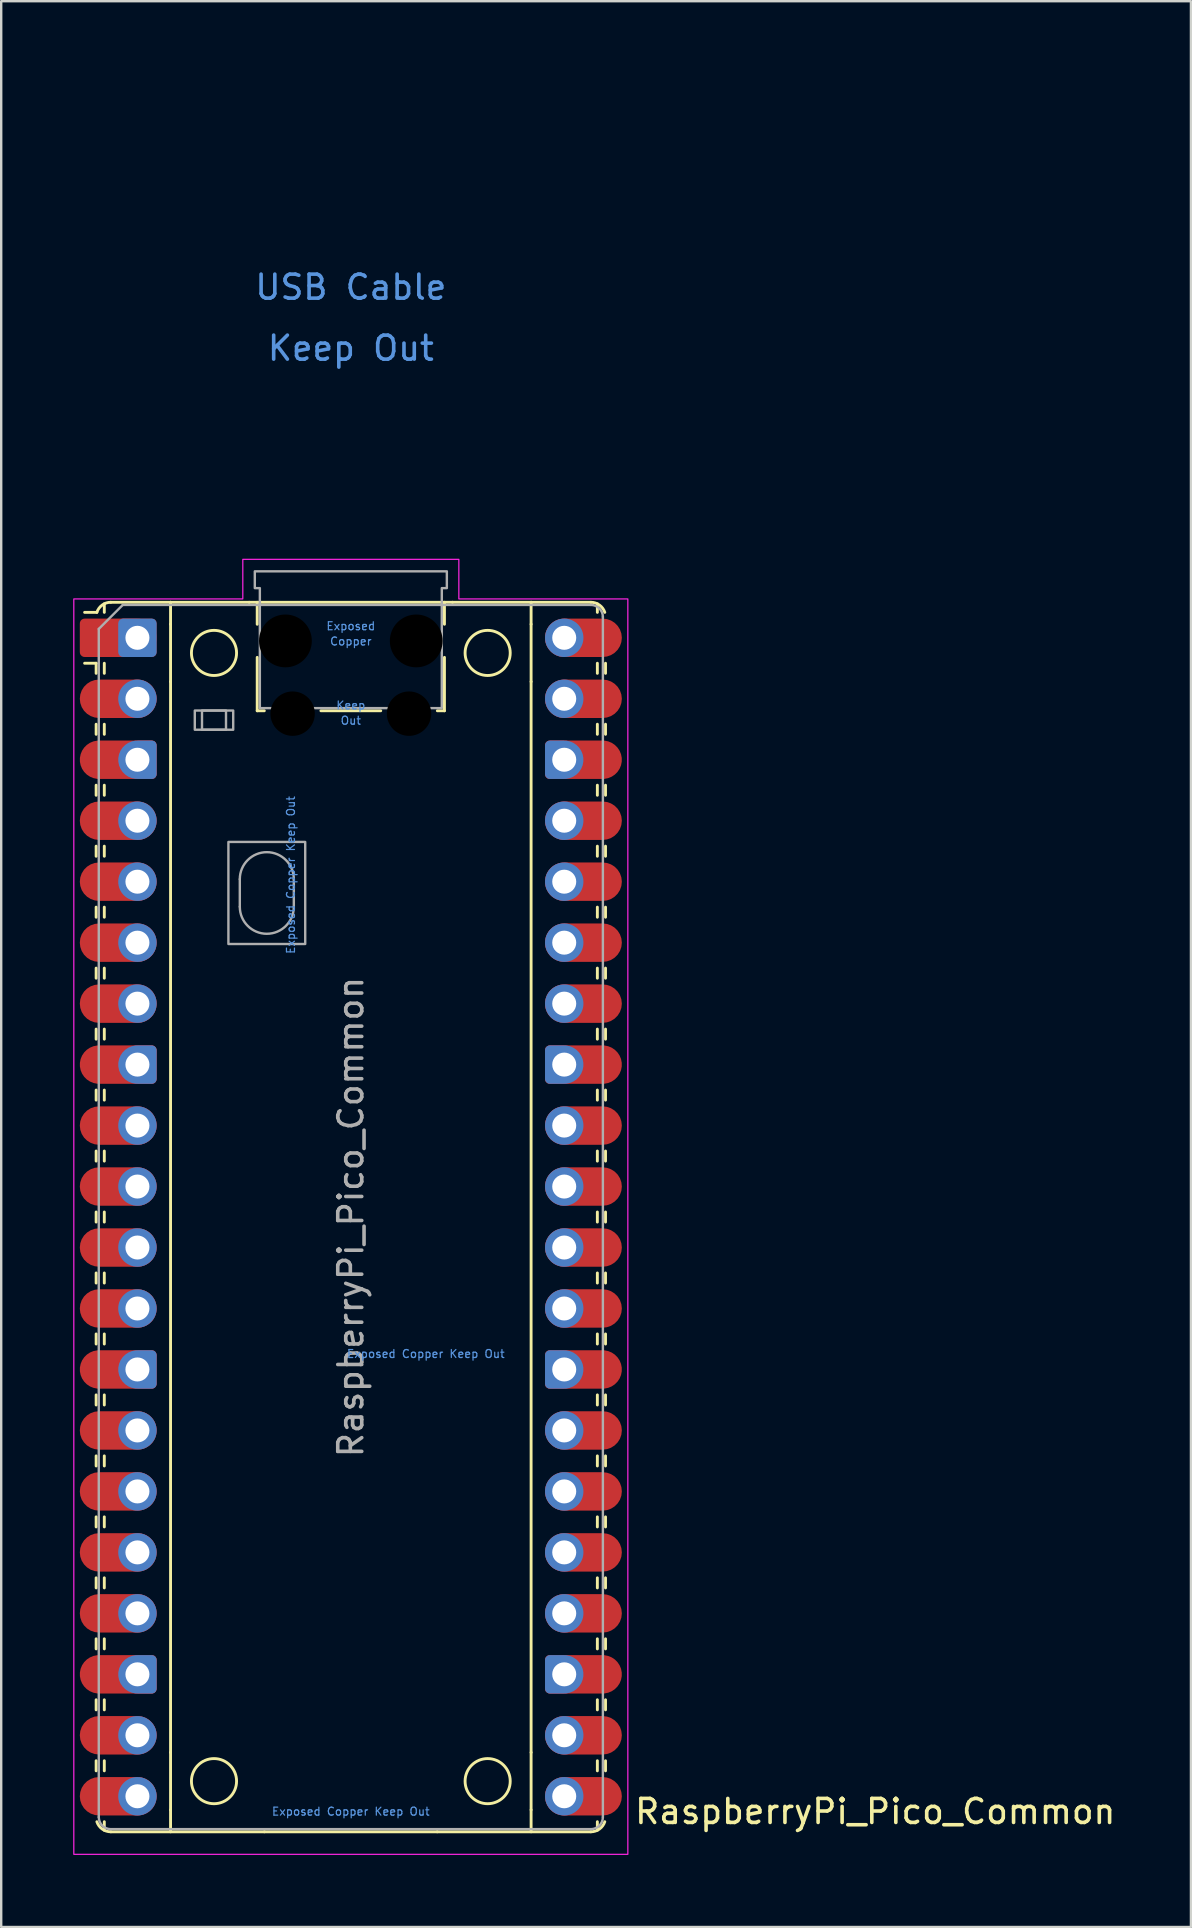
<source format=kicad_pcb>
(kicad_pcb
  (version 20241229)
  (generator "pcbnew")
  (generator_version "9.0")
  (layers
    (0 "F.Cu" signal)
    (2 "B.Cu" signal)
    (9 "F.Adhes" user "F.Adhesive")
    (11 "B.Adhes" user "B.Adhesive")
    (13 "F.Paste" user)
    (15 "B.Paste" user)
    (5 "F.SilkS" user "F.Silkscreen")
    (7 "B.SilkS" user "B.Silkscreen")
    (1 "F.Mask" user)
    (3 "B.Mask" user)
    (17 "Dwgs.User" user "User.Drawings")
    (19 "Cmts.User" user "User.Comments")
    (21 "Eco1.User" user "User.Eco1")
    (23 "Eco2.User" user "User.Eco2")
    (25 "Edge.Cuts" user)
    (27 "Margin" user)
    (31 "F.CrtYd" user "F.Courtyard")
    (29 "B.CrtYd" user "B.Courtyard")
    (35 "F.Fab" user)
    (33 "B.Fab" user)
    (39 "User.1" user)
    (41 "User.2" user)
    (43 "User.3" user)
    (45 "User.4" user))
  (footprint "RaspberryPi_Pico_Common"
    (layer "F.Cu")
    (at 11.565 47.65)
    (property "Reference" "RaspberryPi_Pico_Common" (at 11.748 24.765 0) (unlocked yes) (layer "F.SilkS") (effects (font (size 1 1) (thickness 0.15)) (justify left)))
    (attr through_hole)
    (fp_line (start -10.61 -23.07) (end -11.09 -23.07) (stroke (width 0.12) (type solid)) (layer "F.SilkS"))
    (fp_line (start -10.61 -23.07) (end -10.61 -22.65) (stroke (width 0.12) (type solid)) (layer "F.SilkS"))
    (fp_line (start -10.61 -20.53) (end -10.61 -20.11) (stroke (width 0.12) (type solid)) (layer "F.SilkS"))
    (fp_line (start -10.61 -17.99) (end -10.61 -17.57) (stroke (width 0.12) (type solid)) (layer "F.SilkS"))
    (fp_line (start -10.61 -15.45) (end -10.61 -15.03) (stroke (width 0.12) (type solid)) (layer "F.SilkS"))
    (fp_line (start -10.61 -12.91) (end -10.61 -12.49) (stroke (width 0.12) (type solid)) (layer "F.SilkS"))
    (fp_line (start -10.61 -10.37) (end -10.61 -9.95) (stroke (width 0.12) (type solid)) (layer "F.SilkS"))
    (fp_line (start -10.61 -7.83) (end -10.61 -7.41) (stroke (width 0.12) (type solid)) (layer "F.SilkS"))
    (fp_line (start -10.61 -5.29) (end -10.61 -4.87) (stroke (width 0.12) (type solid)) (layer "F.SilkS"))
    (fp_line (start -10.61 -2.75) (end -10.61 -2.33) (stroke (width 0.12) (type solid)) (layer "F.SilkS"))
    (fp_line (start -10.61 -0.21) (end -10.61 0.21) (stroke (width 0.12) (type solid)) (layer "F.SilkS"))
    (fp_line (start -10.61 2.33) (end -10.61 2.75) (stroke (width 0.12) (type solid)) (layer "F.SilkS"))
    (fp_line (start -10.61 4.87) (end -10.61 5.29) (stroke (width 0.12) (type solid)) (layer "F.SilkS"))
    (fp_line (start -10.61 7.41) (end -10.61 7.83) (stroke (width 0.12) (type solid)) (layer "F.SilkS"))
    (fp_line (start -10.61 9.95) (end -10.61 10.37) (stroke (width 0.12) (type solid)) (layer "F.SilkS"))
    (fp_line (start -10.61 12.49) (end -10.61 12.91) (stroke (width 0.12) (type solid)) (layer "F.SilkS"))
    (fp_line (start -10.61 15.03) (end -10.61 15.45) (stroke (width 0.12) (type solid)) (layer "F.SilkS"))
    (fp_line (start -10.61 17.57) (end -10.61 17.99) (stroke (width 0.12) (type solid)) (layer "F.SilkS"))
    (fp_line (start -10.61 20.11) (end -10.61 20.53) (stroke (width 0.12) (type solid)) (layer "F.SilkS"))
    (fp_line (start -10.61 22.65) (end -10.61 23.07) (stroke (width 0.12) (type solid)) (layer "F.SilkS"))
    (fp_line (start -10.58 -25.19) (end -11.09 -25.19) (stroke (width 0.12) (type solid)) (layer "F.SilkS"))
    (fp_line (start -10.27 -25.19) (end -10.27 -25.547) (stroke (width 0.12) (type solid)) (layer "F.SilkS"))
    (fp_line (start -10.27 -23.07) (end -10.27 -22.65) (stroke (width 0.12) (type solid)) (layer "F.SilkS"))
    (fp_line (start -10.27 -20.53) (end -10.27 -20.11) (stroke (width 0.12) (type solid)) (layer "F.SilkS"))
    (fp_line (start -10.27 -17.99) (end -10.27 -17.57) (stroke (width 0.12) (type solid)) (layer "F.SilkS"))
    (fp_line (start -10.27 -15.45) (end -10.27 -15.03) (stroke (width 0.12) (type solid)) (layer "F.SilkS"))
    (fp_line (start -10.27 -12.91) (end -10.27 -12.49) (stroke (width 0.12) (type solid)) (layer "F.SilkS"))
    (fp_line (start -10.27 -10.37) (end -10.27 -9.95) (stroke (width 0.12) (type solid)) (layer "F.SilkS"))
    (fp_line (start -10.27 -7.83) (end -10.27 -7.41) (stroke (width 0.12) (type solid)) (layer "F.SilkS"))
    (fp_line (start -10.27 -5.29) (end -10.27 -4.87) (stroke (width 0.12) (type solid)) (layer "F.SilkS"))
    (fp_line (start -10.27 -2.75) (end -10.27 -2.33) (stroke (width 0.12) (type solid)) (layer "F.SilkS"))
    (fp_line (start -10.27 -0.21) (end -10.27 0.21) (stroke (width 0.12) (type solid)) (layer "F.SilkS"))
    (fp_line (start -10.27 2.33) (end -10.27 2.75) (stroke (width 0.12) (type solid)) (layer "F.SilkS"))
    (fp_line (start -10.27 4.87) (end -10.27 5.29) (stroke (width 0.12) (type solid)) (layer "F.SilkS"))
    (fp_line (start -10.27 7.41) (end -10.27 7.83) (stroke (width 0.12) (type solid)) (layer "F.SilkS"))
    (fp_line (start -10.27 9.95) (end -10.27 10.37) (stroke (width 0.12) (type solid)) (layer "F.SilkS"))
    (fp_line (start -10.27 12.49) (end -10.27 12.91) (stroke (width 0.12) (type solid)) (layer "F.SilkS"))
    (fp_line (start -10.27 15.03) (end -10.27 15.45) (stroke (width 0.12) (type solid)) (layer "F.SilkS"))
    (fp_line (start -10.27 17.57) (end -10.27 17.99) (stroke (width 0.12) (type solid)) (layer "F.SilkS"))
    (fp_line (start -10.27 20.11) (end -10.27 20.53) (stroke (width 0.12) (type solid)) (layer "F.SilkS"))
    (fp_line (start -10.27 22.65) (end -10.27 23.07) (stroke (width 0.12) (type solid)) (layer "F.SilkS"))
    (fp_line (start -10.27 25.19) (end -10.27 25.547) (stroke (width 0.12) (type solid)) (layer "F.SilkS"))
    (fp_line (start -10 -25.61) (end -7.51 -25.61) (stroke (width 0.12) (type solid)) (layer "F.SilkS"))
    (fp_line (start -10 25.61) (end -3.6 25.61) (stroke (width 0.12) (type solid)) (layer "F.SilkS"))
    (fp_line (start -7.51 -25.61) (end -7.51 -24.696) (stroke (width 0.12) (type solid)) (layer "F.SilkS"))
    (fp_line (start -7.51 -25.61) (end -4.235 -25.61) (stroke (width 0.12) (type solid)) (layer "F.SilkS"))
    (fp_line (start -7.51 -24.696) (end -7.51 -22.304) (stroke (width 0.12) (type solid)) (layer "F.SilkS"))
    (fp_line (start -7.51 -22.304) (end -7.51 22.304) (stroke (width 0.12) (type solid)) (layer "F.SilkS"))
    (fp_line (start -7.51 22.304) (end -7.51 24.696) (stroke (width 0.12) (type solid)) (layer "F.SilkS"))
    (fp_line (start -7.51 24.696) (end -7.51 25.61) (stroke (width 0.12) (type solid)) (layer "F.SilkS"))
    (fp_line (start -4.235 -25.61) (end 4.235 -25.61) (stroke (width 0.12) (type solid)) (layer "F.SilkS"))
    (fp_line (start -3.9 -25.61) (end -3.9 -24.694) (stroke (width 0.12) (type solid)) (layer "F.SilkS"))
    (fp_line (start -3.9 -23.315) (end -3.9 -21.09) (stroke (width 0.12) (type solid)) (layer "F.SilkS"))
    (fp_line (start -3.9 -21.09) (end -3.604 -21.09) (stroke (width 0.12) (type solid)) (layer "F.SilkS"))
    (fp_line (start -1.246 -21.09) (end 1.246 -21.09) (stroke (width 0.12) (type solid)) (layer "F.SilkS"))
    (fp_line (start 3.6 25.61) (end -3.6 25.61) (stroke (width 0.12) (type solid)) (layer "F.SilkS"))
    (fp_line (start 3.6 25.61) (end 10 25.61) (stroke (width 0.12) (type solid)) (layer "F.SilkS"))
    (fp_line (start 3.604 -21.09) (end 3.9 -21.09) (stroke (width 0.12) (type solid)) (layer "F.SilkS"))
    (fp_line (start 3.9 -25.61) (end 3.9 -24.694) (stroke (width 0.12) (type solid)) (layer "F.SilkS"))
    (fp_line (start 3.9 -23.315) (end 3.9 -21.09) (stroke (width 0.12) (type solid)) (layer "F.SilkS"))
    (fp_line (start 4.235 -25.61) (end 7.51 -25.61) (stroke (width 0.12) (type solid)) (layer "F.SilkS"))
    (fp_line (start 7.51 -25.61) (end 7.51 -24.696) (stroke (width 0.12) (type solid)) (layer "F.SilkS"))
    (fp_line (start 7.51 -24.696) (end 7.51 -22.304) (stroke (width 0.12) (type solid)) (layer "F.SilkS"))
    (fp_line (start 7.51 -22.304) (end 7.51 22.304) (stroke (width 0.12) (type solid)) (layer "F.SilkS"))
    (fp_line (start 7.51 22.304) (end 7.51 24.696) (stroke (width 0.12) (type solid)) (layer "F.SilkS"))
    (fp_line (start 7.51 24.696) (end 7.51 25.61) (stroke (width 0.12) (type solid)) (layer "F.SilkS"))
    (fp_line (start 10 -25.61) (end 7.51 -25.61) (stroke (width 0.12) (type solid)) (layer "F.SilkS"))
    (fp_line (start 10.27 -25.19) (end 10.27 -25.547) (stroke (width 0.12) (type solid)) (layer "F.SilkS"))
    (fp_line (start 10.27 -23.07) (end 10.27 -22.65) (stroke (width 0.12) (type solid)) (layer "F.SilkS"))
    (fp_line (start 10.27 -20.53) (end 10.27 -20.11) (stroke (width 0.12) (type solid)) (layer "F.SilkS"))
    (fp_line (start 10.27 -17.99) (end 10.27 -17.57) (stroke (width 0.12) (type solid)) (layer "F.SilkS"))
    (fp_line (start 10.27 -15.45) (end 10.27 -15.03) (stroke (width 0.12) (type solid)) (layer "F.SilkS"))
    (fp_line (start 10.27 -12.91) (end 10.27 -12.49) (stroke (width 0.12) (type solid)) (layer "F.SilkS"))
    (fp_line (start 10.27 -10.37) (end 10.27 -9.95) (stroke (width 0.12) (type solid)) (layer "F.SilkS"))
    (fp_line (start 10.27 -7.83) (end 10.27 -7.41) (stroke (width 0.12) (type solid)) (layer "F.SilkS"))
    (fp_line (start 10.27 -5.29) (end 10.27 -4.87) (stroke (width 0.12) (type solid)) (layer "F.SilkS"))
    (fp_line (start 10.27 -2.75) (end 10.27 -2.33) (stroke (width 0.12) (type solid)) (layer "F.SilkS"))
    (fp_line (start 10.27 -0.21) (end 10.27 0.21) (stroke (width 0.12) (type solid)) (layer "F.SilkS"))
    (fp_line (start 10.27 2.33) (end 10.27 2.75) (stroke (width 0.12) (type solid)) (layer "F.SilkS"))
    (fp_line (start 10.27 4.87) (end 10.27 5.29) (stroke (width 0.12) (type solid)) (layer "F.SilkS"))
    (fp_line (start 10.27 7.41) (end 10.27 7.83) (stroke (width 0.12) (type solid)) (layer "F.SilkS"))
    (fp_line (start 10.27 9.95) (end 10.27 10.37) (stroke (width 0.12) (type solid)) (layer "F.SilkS"))
    (fp_line (start 10.27 12.49) (end 10.27 12.91) (stroke (width 0.12) (type solid)) (layer "F.SilkS"))
    (fp_line (start 10.27 15.03) (end 10.27 15.45) (stroke (width 0.12) (type solid)) (layer "F.SilkS"))
    (fp_line (start 10.27 17.57) (end 10.27 17.99) (stroke (width 0.12) (type solid)) (layer "F.SilkS"))
    (fp_line (start 10.27 20.11) (end 10.27 20.53) (stroke (width 0.12) (type solid)) (layer "F.SilkS"))
    (fp_line (start 10.27 22.65) (end 10.27 23.07) (stroke (width 0.12) (type solid)) (layer "F.SilkS"))
    (fp_line (start 10.27 25.19) (end 10.27 25.547) (stroke (width 0.12) (type solid)) (layer "F.SilkS"))
    (fp_line (start 10.61 -23.07) (end 10.61 -22.65) (stroke (width 0.12) (type solid)) (layer "F.SilkS"))
    (fp_line (start 10.61 -20.53) (end 10.61 -20.11) (stroke (width 0.12) (type solid)) (layer "F.SilkS"))
    (fp_line (start 10.61 -17.99) (end 10.61 -17.57) (stroke (width 0.12) (type solid)) (layer "F.SilkS"))
    (fp_line (start 10.61 -15.45) (end 10.61 -15.03) (stroke (width 0.12) (type solid)) (layer "F.SilkS"))
    (fp_line (start 10.61 -12.91) (end 10.61 -12.49) (stroke (width 0.12) (type solid)) (layer "F.SilkS"))
    (fp_line (start 10.61 -10.37) (end 10.61 -9.95) (stroke (width 0.12) (type solid)) (layer "F.SilkS"))
    (fp_line (start 10.61 -7.83) (end 10.61 -7.41) (stroke (width 0.12) (type solid)) (layer "F.SilkS"))
    (fp_line (start 10.61 -5.29) (end 10.61 -4.87) (stroke (width 0.12) (type solid)) (layer "F.SilkS"))
    (fp_line (start 10.61 -2.75) (end 10.61 -2.33) (stroke (width 0.12) (type solid)) (layer "F.SilkS"))
    (fp_line (start 10.61 -0.21) (end 10.61 0.21) (stroke (width 0.12) (type solid)) (layer "F.SilkS"))
    (fp_line (start 10.61 2.33) (end 10.61 2.75) (stroke (width 0.12) (type solid)) (layer "F.SilkS"))
    (fp_line (start 10.61 4.87) (end 10.61 5.29) (stroke (width 0.12) (type solid)) (layer "F.SilkS"))
    (fp_line (start 10.61 7.41) (end 10.61 7.83) (stroke (width 0.12) (type solid)) (layer "F.SilkS"))
    (fp_line (start 10.61 9.95) (end 10.61 10.37) (stroke (width 0.12) (type solid)) (layer "F.SilkS"))
    (fp_line (start 10.61 12.49) (end 10.61 12.91) (stroke (width 0.12) (type solid)) (layer "F.SilkS"))
    (fp_line (start 10.61 15.03) (end 10.61 15.45) (stroke (width 0.12) (type solid)) (layer "F.SilkS"))
    (fp_line (start 10.61 17.57) (end 10.61 17.99) (stroke (width 0.12) (type solid)) (layer "F.SilkS"))
    (fp_line (start 10.61 20.11) (end 10.61 20.53) (stroke (width 0.12) (type solid)) (layer "F.SilkS"))
    (fp_line (start 10.61 22.65) (end 10.61 23.07) (stroke (width 0.12) (type solid)) (layer "F.SilkS"))
    (fp_arc (start -10.579676 -25.19) (mid -10.357938 -25.493944) (end -10 -25.61) (stroke (width 0.12) (type solid)) (layer "F.SilkS"))
    (fp_arc (start -10 25.61) (mid -10.357937 25.493944) (end -10.579676 25.189937) (stroke (width 0.12) (type solid)) (layer "F.SilkS"))
    (fp_arc (start 10 -25.61) (mid 10.357937 -25.493944) (end 10.579676 -25.189937) (stroke (width 0.12) (type solid)) (layer "F.SilkS"))
    (fp_arc (start 10.579676 25.189937) (mid 10.357947 25.493958) (end 10 25.61) (stroke (width 0.12) (type solid)) (layer "F.SilkS"))
    (fp_circle (center -5.7 -23.5) (end -4.76 -23.5) (stroke (width 0.12) (type solid)) (fill no) (layer "F.SilkS"))
    (fp_circle (center -5.7 23.5) (end -4.76 23.5) (stroke (width 0.12) (type solid)) (fill no) (layer "F.SilkS"))
    (fp_circle (center 5.7 -23.5) (end 6.64 -23.5) (stroke (width 0.12) (type solid)) (fill no) (layer "F.SilkS"))
    (fp_circle (center 5.7 23.5) (end 6.64 23.5) (stroke (width 0.12) (type solid)) (fill no) (layer "F.SilkS"))
    (fp_poly (pts (xy -4.5 -27.4) (xy 4.5 -27.4) (xy 4.5 -25.75) (xy 11.54 -25.75) (xy 11.54 26.55) (xy -11.54 26.55) (xy -11.54 -25.75) (xy -4.5 -25.75)) (stroke (width 0.05) (type solid)) (fill no) (layer "F.CrtYd"))
    (fp_line (start -10.5 -24.5) (end -9.5 -25.5) (stroke (width 0.1) (type solid)) (layer "F.Fab"))
    (fp_line (start -10.5 25) (end -10.5 -24.5) (stroke (width 0.1) (type solid)) (layer "F.Fab"))
    (fp_line (start -9.5 -25.5) (end 10 -25.5) (stroke (width 0.1) (type solid)) (layer "F.Fab"))
    (fp_line (start -4.625 -14.075) (end -4.625 -12.925) (stroke (width 0.1) (type solid)) (layer "F.Fab"))
    (fp_line (start -2.375 -14.075) (end -2.375 -12.925) (stroke (width 0.1) (type solid)) (layer "F.Fab"))
    (fp_line (start 10 25.5) (end -10 25.5) (stroke (width 0.1) (type solid)) (layer "F.Fab"))
    (fp_line (start 10.5 -25) (end 10.5 25) (stroke (width 0.1) (type solid)) (layer "F.Fab"))
    (fp_rect (start -6.5 -21.1) (end -4.9 -20.3) (stroke (width 0.1) (type solid)) (fill no) (layer "F.Fab"))
    (fp_rect (start -6.2 -21.1) (end -5.2 -20.3) (stroke (width 0.1) (type solid)) (fill no) (layer "F.Fab"))
    (fp_rect (start -5.1 -15.625) (end -1.9 -11.375) (stroke (width 0.1) (type solid)) (fill no) (layer "F.Fab"))
    (fp_arc (start -10 25.5) (mid -10.353553 25.353553) (end -10.5 25) (stroke (width 0.1) (type solid)) (layer "F.Fab"))
    (fp_arc (start -4.625 -14.075) (mid -3.5 -15.2) (end -2.375 -14.075) (stroke (width 0.1) (type solid)) (layer "F.Fab"))
    (fp_arc (start -2.375 -12.925) (mid -3.5 -11.8) (end -4.625 -12.925) (stroke (width 0.1) (type solid)) (layer "F.Fab"))
    (fp_arc (start 10 -25.5) (mid 10.353553 -25.353553) (end 10.5 -25) (stroke (width 0.1) (type solid)) (layer "F.Fab"))
    (fp_arc (start 10.5 25) (mid 10.353553 25.353553) (end 10 25.5) (stroke (width 0.1) (type solid)) (layer "F.Fab"))
    (fp_poly (pts (xy 3.79 -21.2) (xy 3.79 -26.2) (xy 4 -26.2) (xy 4 -26.9) (xy -4 -26.9) (xy -4 -26.2) (xy -3.79 -26.2) (xy -3.79 -21.2)) (stroke (width 0.1) (type solid)) (fill no) (layer "F.Fab"))
    (fp_text user "Out" (at 0 -20.683 0) (unlocked yes) (layer "Cmts.User") (effects (font (size 0.333 0.333) (thickness 0.05))))
    (fp_text user "Exposed Copper Keep Out" (at 0 24.765 0) (unlocked yes) (layer "Cmts.User") (effects (font (size 0.333 0.333) (thickness 0.05))))
    (fp_text user "Exposed Copper Keep Out" (at -2.5 -14.25 90) (unlocked yes) (layer "Cmts.User") (effects (font (size 0.333 0.333) (thickness 0.05))))
    (fp_text user "Copper" (at 0 -23.983 0) (unlocked yes) (layer "Cmts.User") (effects (font (size 0.333 0.333) (thickness 0.05))))
    (fp_text user "USB Cable" (at 0 -38.735 0) (unlocked yes) (layer "Cmts.User") (effects (font (size 1 1) (thickness 0.15))))
    (fp_text user "Keep Out" (at 0 -36.195 0) (unlocked yes) (layer "Cmts.User") (effects (font (size 1 1) (thickness 0.15))))
    (fp_text user "Exposed Copper Keep Out" (at 3.124 5.7 0) (unlocked yes) (layer "Cmts.User") (effects (font (size 0.333 0.333) (thickness 0.05))))
    (fp_text user "Keep" (at 0 -21.317 0) (unlocked yes) (layer "Cmts.User") (effects (font (size 0.333 0.333) (thickness 0.05))))
    (fp_text user "Exposed" (at 0 -24.617 0) (unlocked yes) (layer "Cmts.User") (effects (font (size 0.333 0.333) (thickness 0.05))))
    (fp_text user "${REFERENCE}" (at 0 0 90) (layer "F.Fab") (effects (font (size 1 1) (thickness 0.15))))
    (pad "" np_thru_hole circle (at -2.725 -24) (size 2.2 2.2) (drill 2.2) (layers "*.Mask"))
    (pad "" np_thru_hole circle (at -2.425 -20.97) (size 1.85 1.85) (drill 1.85) (layers "*.Mask"))
    (pad "" np_thru_hole circle (at 2.425 -20.97) (size 1.85 1.85) (drill 1.85) (layers "*.Mask"))
    (pad "" np_thru_hole circle (at 2.725 -24) (size 2.2 2.2) (drill 2.2) (layers "*.Mask"))
    (pad "1" thru_hole roundrect (at -8.89 -24.13) (size 1.6 1.6) (drill 1) (layers "*.Cu" "*.Mask") (roundrect_rratio 0.125))
    (pad "1" smd custom (at -8.89 -24.13) (size 1.6 1.6) (layers "F.Cu" "F.Mask") (options (anchor circle)) (primitives (gr_poly (pts (xy -2.4 0.6) (xy -2.4 -0.6) (xy -2.2 -0.8) (xy 0 -0.8) (xy 0 0.8) (xy -2.2 0.8)) (width 0) (fill yes)) (gr_circle (center -2.2 0.6) (end -2 0.6) (width 0) (fill yes)) (gr_circle (center -2.2 -0.6) (end -2 -0.6) (width 0) (fill yes))))
    (pad "2" thru_hole circle (at -8.89 -21.59) (size 1.6 1.6) (drill 1) (layers "*.Cu" "*.Mask"))
    (pad "2" smd roundrect (at -8.89 -21.59) (size 3.2 1.6) (drill (offset -0.8 0)) (layers "F.Cu" "F.Mask") (roundrect_rratio 0.5))
    (pad "3" smd custom (at -8.89 -19.05) (size 1.6 1.6) (layers "F.Cu" "F.Mask") (options (anchor circle)) (primitives (gr_poly (pts (xy 0.8 -0.6) (xy 0.8 0.6) (xy 0.6 0.8) (xy -1.6 0.8) (xy -1.6 -0.8) (xy 0.6 -0.8)) (width 0) (fill yes)) (gr_circle (center 0.6 0.6) (end 0.8 0.6) (width 0) (fill yes)) (gr_circle (center 0.6 -0.6) (end 0.8 -0.6) (width 0) (fill yes)) (gr_circle (center -1.6 0) (end -0.8 0) (width 0) (fill yes))))
    (pad "3" thru_hole custom (at -8.89 -19.05) (size 1.6 1.6) (drill 1) (layers "*.Cu" "*.Mask") (options (anchor circle)) (primitives (gr_poly (pts (xy 0.8 0.6) (xy 0.8 -0.6) (xy 0.6 -0.8) (xy 0 -0.8) (xy 0 0.8) (xy 0.6 0.8)) (width 0) (fill yes)) (gr_circle (center 0.6 0.6) (end 0.8 0.6) (width 0) (fill yes)) (gr_circle (center 0.6 -0.6) (end 0.8 -0.6) (width 0) (fill yes))))
    (pad "4" thru_hole circle (at -8.89 -16.51) (size 1.6 1.6) (drill 1) (layers "*.Cu" "*.Mask"))
    (pad "4" smd roundrect (at -8.89 -16.51) (size 3.2 1.6) (drill (offset -0.8 0)) (layers "F.Cu" "F.Mask") (roundrect_rratio 0.5))
    (pad "5" thru_hole circle (at -8.89 -13.97) (size 1.6 1.6) (drill 1) (layers "*.Cu" "*.Mask"))
    (pad "5" smd roundrect (at -8.89 -13.97) (size 3.2 1.6) (drill (offset -0.8 0)) (layers "F.Cu" "F.Mask") (roundrect_rratio 0.5))
    (pad "6" thru_hole circle (at -8.89 -11.43) (size 1.6 1.6) (drill 1) (layers "*.Cu" "*.Mask"))
    (pad "6" smd roundrect (at -8.89 -11.43) (size 3.2 1.6) (drill (offset -0.8 0)) (layers "F.Cu" "F.Mask") (roundrect_rratio 0.5))
    (pad "7" thru_hole circle (at -8.89 -8.89) (size 1.6 1.6) (drill 1) (layers "*.Cu" "*.Mask"))
    (pad "7" smd roundrect (at -8.89 -8.89) (size 3.2 1.6) (drill (offset -0.8 0)) (layers "F.Cu" "F.Mask") (roundrect_rratio 0.5))
    (pad "8" smd custom (at -8.89 -6.35) (size 1.6 1.6) (layers "F.Cu" "F.Mask") (options (anchor circle)) (primitives (gr_poly (pts (xy 0.8 -0.6) (xy 0.8 0.6) (xy 0.6 0.8) (xy -1.6 0.8) (xy -1.6 -0.8) (xy 0.6 -0.8)) (width 0) (fill yes)) (gr_circle (center 0.6 0.6) (end 0.8 0.6) (width 0) (fill yes)) (gr_circle (center 0.6 -0.6) (end 0.8 -0.6) (width 0) (fill yes)) (gr_circle (center -1.6 0) (end -0.8 0) (width 0) (fill yes))))
    (pad "8" thru_hole custom (at -8.89 -6.35) (size 1.6 1.6) (drill 1) (layers "*.Cu" "*.Mask") (options (anchor circle)) (primitives (gr_poly (pts (xy 0.8 0.6) (xy 0.8 -0.6) (xy 0.6 -0.8) (xy 0 -0.8) (xy 0 0.8) (xy 0.6 0.8)) (width 0) (fill yes)) (gr_circle (center 0.6 0.6) (end 0.8 0.6) (width 0) (fill yes)) (gr_circle (center 0.6 -0.6) (end 0.8 -0.6) (width 0) (fill yes))))
    (pad "9" thru_hole circle (at -8.89 -3.81) (size 1.6 1.6) (drill 1) (layers "*.Cu" "*.Mask"))
    (pad "9" smd roundrect (at -8.89 -3.81) (size 3.2 1.6) (drill (offset -0.8 0)) (layers "F.Cu" "F.Mask") (roundrect_rratio 0.5))
    (pad "10" thru_hole circle (at -8.89 -1.27) (size 1.6 1.6) (drill 1) (layers "*.Cu" "*.Mask"))
    (pad "10" smd roundrect (at -8.89 -1.27) (size 3.2 1.6) (drill (offset -0.8 0)) (layers "F.Cu" "F.Mask") (roundrect_rratio 0.5))
    (pad "11" thru_hole circle (at -8.89 1.27) (size 1.6 1.6) (drill 1) (layers "*.Cu" "*.Mask"))
    (pad "11" smd roundrect (at -8.89 1.27) (size 3.2 1.6) (drill (offset -0.8 0)) (layers "F.Cu" "F.Mask") (roundrect_rratio 0.5))
    (pad "12" thru_hole circle (at -8.89 3.81) (size 1.6 1.6) (drill 1) (layers "*.Cu" "*.Mask"))
    (pad "12" smd roundrect (at -8.89 3.81) (size 3.2 1.6) (drill (offset -0.8 0)) (layers "F.Cu" "F.Mask") (roundrect_rratio 0.5))
    (pad "13" smd custom (at -8.89 6.35) (size 1.6 1.6) (layers "F.Cu" "F.Mask") (options (anchor circle)) (primitives (gr_poly (pts (xy 0.8 -0.6) (xy 0.8 0.6) (xy 0.6 0.8) (xy -1.6 0.8) (xy -1.6 -0.8) (xy 0.6 -0.8)) (width 0) (fill yes)) (gr_circle (center 0.6 0.6) (end 0.8 0.6) (width 0) (fill yes)) (gr_circle (center 0.6 -0.6) (end 0.8 -0.6) (width 0) (fill yes)) (gr_circle (center -1.6 0) (end -0.8 0) (width 0) (fill yes))))
    (pad "13" thru_hole custom (at -8.89 6.35) (size 1.6 1.6) (drill 1) (layers "*.Cu" "*.Mask") (options (anchor circle)) (primitives (gr_poly (pts (xy 0.8 0.6) (xy 0.8 -0.6) (xy 0.6 -0.8) (xy 0 -0.8) (xy 0 0.8) (xy 0.6 0.8)) (width 0) (fill yes)) (gr_circle (center 0.6 0.6) (end 0.8 0.6) (width 0) (fill yes)) (gr_circle (center 0.6 -0.6) (end 0.8 -0.6) (width 0) (fill yes))))
    (pad "14" thru_hole circle (at -8.89 8.89) (size 1.6 1.6) (drill 1) (layers "*.Cu" "*.Mask"))
    (pad "14" smd roundrect (at -8.89 8.89) (size 3.2 1.6) (drill (offset -0.8 0)) (layers "F.Cu" "F.Mask") (roundrect_rratio 0.5))
    (pad "15" thru_hole circle (at -8.89 11.43) (size 1.6 1.6) (drill 1) (layers "*.Cu" "*.Mask"))
    (pad "15" smd roundrect (at -8.89 11.43) (size 3.2 1.6) (drill (offset -0.8 0)) (layers "F.Cu" "F.Mask") (roundrect_rratio 0.5))
    (pad "16" thru_hole circle (at -8.89 13.97) (size 1.6 1.6) (drill 1) (layers "*.Cu" "*.Mask"))
    (pad "16" smd roundrect (at -8.89 13.97) (size 3.2 1.6) (drill (offset -0.8 0)) (layers "F.Cu" "F.Mask") (roundrect_rratio 0.5))
    (pad "17" thru_hole circle (at -8.89 16.51) (size 1.6 1.6) (drill 1) (layers "*.Cu" "*.Mask"))
    (pad "17" smd roundrect (at -8.89 16.51) (size 3.2 1.6) (drill (offset -0.8 0)) (layers "F.Cu" "F.Mask") (roundrect_rratio 0.5))
    (pad "18" smd custom (at -8.89 19.05) (size 1.6 1.6) (layers "F.Cu" "F.Mask") (options (anchor circle)) (primitives (gr_poly (pts (xy 0.8 -0.6) (xy 0.8 0.6) (xy 0.6 0.8) (xy -1.6 0.8) (xy -1.6 -0.8) (xy 0.6 -0.8)) (width 0) (fill yes)) (gr_circle (center 0.6 0.6) (end 0.8 0.6) (width 0) (fill yes)) (gr_circle (center 0.6 -0.6) (end 0.8 -0.6) (width 0) (fill yes)) (gr_circle (center -1.6 0) (end -0.8 0) (width 0) (fill yes))))
    (pad "18" thru_hole custom (at -8.89 19.05) (size 1.6 1.6) (drill 1) (layers "*.Cu" "*.Mask") (options (anchor circle)) (primitives (gr_poly (pts (xy 0.8 0.6) (xy 0.8 -0.6) (xy 0.6 -0.8) (xy 0 -0.8) (xy 0 0.8) (xy 0.6 0.8)) (width 0) (fill yes)) (gr_circle (center 0.6 0.6) (end 0.8 0.6) (width 0) (fill yes)) (gr_circle (center 0.6 -0.6) (end 0.8 -0.6) (width 0) (fill yes))))
    (pad "19" thru_hole circle (at -8.89 21.59) (size 1.6 1.6) (drill 1) (layers "*.Cu" "*.Mask"))
    (pad "19" smd roundrect (at -8.89 21.59) (size 3.2 1.6) (drill (offset -0.8 0)) (layers "F.Cu" "F.Mask") (roundrect_rratio 0.5))
    (pad "20" thru_hole circle (at -8.89 24.13) (size 1.6 1.6) (drill 1) (layers "*.Cu" "*.Mask"))
    (pad "20" smd roundrect (at -8.89 24.13) (size 3.2 1.6) (drill (offset -0.8 0)) (layers "F.Cu" "F.Mask") (roundrect_rratio 0.5))
    (pad "21" thru_hole circle (at 8.89 24.13) (size 1.6 1.6) (drill 1) (layers "*.Cu" "*.Mask"))
    (pad "21" smd roundrect (at 8.89 24.13) (size 3.2 1.6) (drill (offset 0.8 0)) (layers "F.Cu" "F.Mask") (roundrect_rratio 0.5))
    (pad "22" thru_hole circle (at 8.89 21.59) (size 1.6 1.6) (drill 1) (layers "*.Cu" "*.Mask"))
    (pad "22" smd roundrect (at 8.89 21.59) (size 3.2 1.6) (drill (offset 0.8 0)) (layers "F.Cu" "F.Mask") (roundrect_rratio 0.5))
    (pad "23" smd custom (at 8.89 19.05) (size 1.6 1.6) (layers "F.Cu" "F.Mask") (options (anchor circle)) (primitives (gr_poly (pts (xy -0.8 -0.6) (xy -0.8 0.6) (xy -0.6 0.8) (xy 1.6 0.8) (xy 1.6 -0.8) (xy -0.6 -0.8)) (width 0) (fill yes)) (gr_circle (center -0.6 0.6) (end -0.4 0.6) (width 0) (fill yes)) (gr_circle (center -0.6 -0.6) (end -0.4 -0.6) (width 0) (fill yes)) (gr_circle (center 1.6 0) (end 2.4 0) (width 0) (fill yes))))
    (pad "23" thru_hole custom (at 8.89 19.05) (size 1.6 1.6) (drill 1) (layers "*.Cu" "*.Mask") (options (anchor circle)) (primitives (gr_poly (pts (xy -0.8 0.6) (xy -0.8 -0.6) (xy -0.6 -0.8) (xy 0 -0.8) (xy 0 0.8) (xy -0.6 0.8)) (width 0) (fill yes)) (gr_circle (center -0.6 0.6) (end -0.4 0.6) (width 0) (fill yes)) (gr_circle (center -0.6 -0.6) (end -0.4 -0.6) (width 0) (fill yes))))
    (pad "24" thru_hole circle (at 8.89 16.51) (size 1.6 1.6) (drill 1) (layers "*.Cu" "*.Mask"))
    (pad "24" smd roundrect (at 8.89 16.51) (size 3.2 1.6) (drill (offset 0.8 0)) (layers "F.Cu" "F.Mask") (roundrect_rratio 0.5))
    (pad "25" thru_hole circle (at 8.89 13.97) (size 1.6 1.6) (drill 1) (layers "*.Cu" "*.Mask"))
    (pad "25" smd roundrect (at 8.89 13.97) (size 3.2 1.6) (drill (offset 0.8 0)) (layers "F.Cu" "F.Mask") (roundrect_rratio 0.5))
    (pad "26" thru_hole circle (at 8.89 11.43) (size 1.6 1.6) (drill 1) (layers "*.Cu" "*.Mask"))
    (pad "26" smd roundrect (at 8.89 11.43) (size 3.2 1.6) (drill (offset 0.8 0)) (layers "F.Cu" "F.Mask") (roundrect_rratio 0.5))
    (pad "27" thru_hole circle (at 8.89 8.89) (size 1.6 1.6) (drill 1) (layers "*.Cu" "*.Mask"))
    (pad "27" smd roundrect (at 8.89 8.89) (size 3.2 1.6) (drill (offset 0.8 0)) (layers "F.Cu" "F.Mask") (roundrect_rratio 0.5))
    (pad "28" smd custom (at 8.89 6.35) (size 1.6 1.6) (layers "F.Cu" "F.Mask") (options (anchor circle)) (primitives (gr_poly (pts (xy -0.8 -0.6) (xy -0.8 0.6) (xy -0.6 0.8) (xy 1.6 0.8) (xy 1.6 -0.8) (xy -0.6 -0.8)) (width 0) (fill yes)) (gr_circle (center -0.6 0.6) (end -0.4 0.6) (width 0) (fill yes)) (gr_circle (center -0.6 -0.6) (end -0.4 -0.6) (width 0) (fill yes)) (gr_circle (center 1.6 0) (end 2.4 0) (width 0) (fill yes))))
    (pad "28" thru_hole custom (at 8.89 6.35) (size 1.6 1.6) (drill 1) (layers "*.Cu" "*.Mask") (options (anchor circle)) (primitives (gr_poly (pts (xy -0.8 0.6) (xy -0.8 -0.6) (xy -0.6 -0.8) (xy 0 -0.8) (xy 0 0.8) (xy -0.6 0.8)) (width 0) (fill yes)) (gr_circle (center -0.6 0.6) (end -0.4 0.6) (width 0) (fill yes)) (gr_circle (center -0.6 -0.6) (end -0.4 -0.6) (width 0) (fill yes))))
    (pad "29" thru_hole circle (at 8.89 3.81) (size 1.6 1.6) (drill 1) (layers "*.Cu" "*.Mask"))
    (pad "29" smd roundrect (at 8.89 3.81) (size 3.2 1.6) (drill (offset 0.8 0)) (layers "F.Cu" "F.Mask") (roundrect_rratio 0.5))
    (pad "30" thru_hole circle (at 8.89 1.27) (size 1.6 1.6) (drill 1) (layers "*.Cu" "*.Mask"))
    (pad "30" smd roundrect (at 8.89 1.27) (size 3.2 1.6) (drill (offset 0.8 0)) (layers "F.Cu" "F.Mask") (roundrect_rratio 0.5))
    (pad "31" thru_hole circle (at 8.89 -1.27) (size 1.6 1.6) (drill 1) (layers "*.Cu" "*.Mask"))
    (pad "31" smd roundrect (at 8.89 -1.27) (size 3.2 1.6) (drill (offset 0.8 0)) (layers "F.Cu" "F.Mask") (roundrect_rratio 0.5))
    (pad "32" thru_hole circle (at 8.89 -3.81) (size 1.6 1.6) (drill 1) (layers "*.Cu" "*.Mask"))
    (pad "32" smd roundrect (at 8.89 -3.81) (size 3.2 1.6) (drill (offset 0.8 0)) (layers "F.Cu" "F.Mask") (roundrect_rratio 0.5))
    (pad "33" smd custom (at 8.89 -6.35) (size 1.6 1.6) (layers "F.Cu" "F.Mask") (options (anchor circle)) (primitives (gr_poly (pts (xy -0.8 -0.6) (xy -0.8 0.6) (xy -0.6 0.8) (xy 1.6 0.8) (xy 1.6 -0.8) (xy -0.6 -0.8)) (width 0) (fill yes)) (gr_circle (center -0.6 0.6) (end -0.4 0.6) (width 0) (fill yes)) (gr_circle (center -0.6 -0.6) (end -0.4 -0.6) (width 0) (fill yes)) (gr_circle (center 1.6 0) (end 2.4 0) (width 0) (fill yes))))
    (pad "33" thru_hole custom (at 8.89 -6.35) (size 1.6 1.6) (drill 1) (layers "*.Cu" "*.Mask") (options (anchor circle)) (primitives (gr_poly (pts (xy -0.8 0.6) (xy -0.8 -0.6) (xy -0.6 -0.8) (xy 0 -0.8) (xy 0 0.8) (xy -0.6 0.8)) (width 0) (fill yes)) (gr_circle (center -0.6 0.6) (end -0.4 0.6) (width 0) (fill yes)) (gr_circle (center -0.6 -0.6) (end -0.4 -0.6) (width 0) (fill yes))))
    (pad "34" thru_hole circle (at 8.89 -8.89) (size 1.6 1.6) (drill 1) (layers "*.Cu" "*.Mask"))
    (pad "34" smd roundrect (at 8.89 -8.89) (size 3.2 1.6) (drill (offset 0.8 0)) (layers "F.Cu" "F.Mask") (roundrect_rratio 0.5))
    (pad "35" thru_hole circle (at 8.89 -11.43) (size 1.6 1.6) (drill 1) (layers "*.Cu" "*.Mask"))
    (pad "35" smd roundrect (at 8.89 -11.43) (size 3.2 1.6) (drill (offset 0.8 0)) (layers "F.Cu" "F.Mask") (roundrect_rratio 0.5))
    (pad "36" thru_hole circle (at 8.89 -13.97) (size 1.6 1.6) (drill 1) (layers "*.Cu" "*.Mask"))
    (pad "36" smd roundrect (at 8.89 -13.97) (size 3.2 1.6) (drill (offset 0.8 0)) (layers "F.Cu" "F.Mask") (roundrect_rratio 0.5))
    (pad "37" thru_hole circle (at 8.89 -16.51) (size 1.6 1.6) (drill 1) (layers "*.Cu" "*.Mask"))
    (pad "37" smd roundrect (at 8.89 -16.51) (size 3.2 1.6) (drill (offset 0.8 0)) (layers "F.Cu" "F.Mask") (roundrect_rratio 0.5))
    (pad "38" smd custom (at 8.89 -19.05) (size 1.6 1.6) (layers "F.Cu" "F.Mask") (options (anchor circle)) (primitives (gr_poly (pts (xy -0.8 -0.6) (xy -0.8 0.6) (xy -0.6 0.8) (xy 1.6 0.8) (xy 1.6 -0.8) (xy -0.6 -0.8)) (width 0) (fill yes)) (gr_circle (center -0.6 0.6) (end -0.4 0.6) (width 0) (fill yes)) (gr_circle (center -0.6 -0.6) (end -0.4 -0.6) (width 0) (fill yes)) (gr_circle (center 1.6 0) (end 2.4 0) (width 0) (fill yes))))
    (pad "38" thru_hole custom (at 8.89 -19.05) (size 1.6 1.6) (drill 1) (layers "*.Cu" "*.Mask") (options (anchor circle)) (primitives (gr_poly (pts (xy -0.8 0.6) (xy -0.8 -0.6) (xy -0.6 -0.8) (xy 0 -0.8) (xy 0 0.8) (xy -0.6 0.8)) (width 0) (fill yes)) (gr_circle (center -0.6 0.6) (end -0.4 0.6) (width 0) (fill yes)) (gr_circle (center -0.6 -0.6) (end -0.4 -0.6) (width 0) (fill yes))))
    (pad "39" thru_hole circle (at 8.89 -21.59) (size 1.6 1.6) (drill 1) (layers "*.Cu" "*.Mask"))
    (pad "39" smd roundrect (at 8.89 -21.59) (size 3.2 1.6) (drill (offset 0.8 0)) (layers "F.Cu" "F.Mask") (roundrect_rratio 0.5))
    (pad "40" thru_hole circle (at 8.89 -24.13) (size 1.6 1.6) (drill 1) (layers "*.Cu" "*.Mask"))
    (pad "40" smd roundrect (at 8.89 -24.13) (size 3.2 1.6) (drill (offset 0.8 0)) (layers "F.Cu" "F.Mask") (roundrect_rratio 0.5))
    (zone (net_name "") (layers "F.Cu" "F.Paste") (name "Pad Keep Out D1-W") (hatch full 0.5) (connect_pads) (min_thickness 0.25) (filled_areas_thickness no) (keepout (tracks not_allowed) (vias not_allowed) (pads not_allowed) (copperpour not_allowed) (footprints allowed)) (placement (enabled no)) (fill) (polygon (pts (xy 11.194 52.45) (xy 11.249 52.395) (xy 11.322 52.365) (xy 11.362 52.363) (xy 12.149 52.363) (xy 12.149 54.337) (xy 11.362 54.337) (xy 11.322 54.335) (xy 11.249 54.305) (xy 11.194 54.25) (xy 11.164 54.177) (xy 11.162 54.137) (xy 11.162 52.563) (xy 11.164 52.523))))
    (zone (net_name "") (layers "F.Cu" "F.Paste") (name "Pad Keep Out D1-W") (hatch full 0.5) (connect_pads) (min_thickness 0.25) (filled_areas_thickness no) (keepout (tracks not_allowed) (vias not_allowed) (pads not_allowed) (copperpour not_allowed) (footprints allowed)) (placement (enabled no)) (fill) (polygon (pts (xy 12.937 54.337) (xy 12.149 54.337) (xy 12.149 52.363) (xy 12.937 52.363) (xy 12.976 52.365) (xy 13.049 52.395) (xy 13.104 52.45) (xy 13.135 52.523) (xy 13.136 52.563) (xy 13.136 54.137) (xy 13.135 54.177) (xy 13.104 54.25) (xy 13.049 54.305) (xy 12.976 54.335))))
    (zone (net_name "") (layers "F.Cu" "F.Paste") (name "Pad Keep Out TP6") (hatch full 0.5) (connect_pads) (min_thickness 0.25) (filled_areas_thickness no) (keepout (tracks not_allowed) (vias not_allowed) (pads not_allowed) (copperpour not_allowed) (footprints allowed)) (placement (enabled no)) (fill) (polygon (pts (xy 8.549 37.598) (xy 8.423 37.564) (xy 8.309 37.498) (xy 8.217 37.406) (xy 8.151 37.292) (xy 8.117 37.166) (xy 8.115 37.1) (xy 8.115 33.4) (xy 10.015 33.4) (xy 10.015 37.1) (xy 10.013 37.166) (xy 9.979 37.292) (xy 9.913 37.406) (xy 9.821 37.498) (xy 9.707 37.564) (xy 9.581 37.598) (xy 9.515 37.6) (xy 8.615 37.6))))
    (zone (net_name "") (layers "F.Cu" "F.Paste") (name "Pad Keep Out TP3") (hatch full 0.5) (connect_pads) (min_thickness 0.25) (filled_areas_thickness no) (keepout (tracks not_allowed) (vias not_allowed) (pads not_allowed) (copperpour not_allowed) (footprints allowed)) (placement (enabled no)) (fill) (polygon (pts (xy 9.617 22.834) (xy 9.651 22.708) (xy 9.717 22.594) (xy 9.809 22.502) (xy 9.923 22.436) (xy 10.049 22.402) (xy 10.115 22.4) (xy 10.565 22.4) (xy 10.565 24.3) (xy 10.115 24.3) (xy 10.049 24.298) (xy 9.923 24.264) (xy 9.809 24.198) (xy 9.717 24.106) (xy 9.651 23.992) (xy 9.617 23.866) (xy 9.615 23.8) (xy 9.615 22.9))))
    (zone (net_name "") (layers "F.Cu" "F.Paste") (name "Pad Keep Out TP4") (hatch full 0.5) (connect_pads) (min_thickness 0.25) (filled_areas_thickness no) (keepout (tracks not_allowed) (vias not_allowed) (pads not_allowed) (copperpour not_allowed) (footprints allowed)) (placement (enabled no)) (fill) (polygon (pts (xy 10.015 33.4) (xy 10.015 29.7) (xy 10.013 29.634) (xy 9.979 29.508) (xy 9.913 29.394) (xy 9.821 29.302) (xy 9.707 29.236) (xy 9.581 29.202) (xy 9.515 29.2) (xy 8.615 29.2) (xy 8.549 29.202) (xy 8.423 29.236) (xy 8.309 29.302) (xy 8.217 29.394) (xy 8.151 29.508) (xy 8.117 29.634) (xy 8.115 29.7) (xy 8.115 33.4))))
    (zone (net_name "") (layers "F.Cu" "F.Paste") (name "Pad Keep Out TP3") (hatch full 0.5) (connect_pads) (min_thickness 0.25) (filled_areas_thickness no) (keepout (tracks not_allowed) (vias not_allowed) (pads not_allowed) (copperpour not_allowed) (footprints allowed)) (placement (enabled no)) (fill) (polygon (pts (xy 10.565 24.3) (xy 11.015 24.3) (xy 11.081 24.298) (xy 11.207 24.264) (xy 11.321 24.198) (xy 11.413 24.106) (xy 11.479 23.992) (xy 11.513 23.866) (xy 11.515 23.8) (xy 11.515 22.9) (xy 11.513 22.834) (xy 11.479 22.708) (xy 11.413 22.594) (xy 11.321 22.502) (xy 11.207 22.436) (xy 11.081 22.402) (xy 11.015 22.4) (xy 10.565 22.4))))
    (zone (net_name "") (layers "F.Cu" "F.Paste") (name "Pad Keep Out TP1") (hatch full 0.5) (connect_pads) (min_thickness 0.25) (filled_areas_thickness no) (keepout (tracks not_allowed) (vias not_allowed) (pads not_allowed) (copperpour not_allowed) (footprints allowed)) (placement (enabled no)) (fill) (polygon (pts (xy 10.617 26.134) (xy 10.651 26.008) (xy 10.717 25.894) (xy 10.809 25.802) (xy 10.923 25.736) (xy 11.049 25.702) (xy 11.115 25.7) (xy 11.565 25.7) (xy 11.565 27.6) (xy 11.115 27.6) (xy 11.049 27.598) (xy 10.923 27.564) (xy 10.809 27.498) (xy 10.717 27.406) (xy 10.651 27.292) (xy 10.617 27.166) (xy 10.615 27.1) (xy 10.615 26.2))))
    (zone (net_name "") (layers "F.Cu" "F.Paste") (name "Pad Keep Out TP1") (hatch full 0.5) (connect_pads) (min_thickness 0.25) (filled_areas_thickness no) (keepout (tracks not_allowed) (vias not_allowed) (pads not_allowed) (copperpour not_allowed) (footprints allowed)) (placement (enabled no)) (fill) (polygon (pts (xy 11.565 27.6) (xy 12.015 27.6) (xy 12.081 27.598) (xy 12.207 27.564) (xy 12.321 27.498) (xy 12.413 27.406) (xy 12.479 27.292) (xy 12.513 27.166) (xy 12.515 27.1) (xy 12.515 26.2) (xy 12.513 26.134) (xy 12.479 26.008) (xy 12.413 25.894) (xy 12.321 25.802) (xy 12.207 25.736) (xy 12.081 25.702) (xy 12.015 25.7) (xy 11.565 25.7))))
    (zone (net_name "") (layers "F.Cu" "F.Paste") (name "Pad Keep Out TP2") (hatch full 0.5) (connect_pads) (min_thickness 0.25) (filled_areas_thickness no) (keepout (tracks not_allowed) (vias not_allowed) (pads not_allowed) (copperpour not_allowed) (footprints allowed)) (placement (enabled no)) (fill) (polygon (pts (xy 11.617 22.849) (xy 11.651 22.723) (xy 11.717 22.609) (xy 11.809 22.517) (xy 11.923 22.451) (xy 12.049 22.417) (xy 12.115 22.415) (xy 12.565 22.415) (xy 12.565 24.315) (xy 12.115 24.315) (xy 12.049 24.313) (xy 11.923 24.279) (xy 11.809 24.213) (xy 11.717 24.121) (xy 11.651 24.007) (xy 11.617 23.881) (xy 11.615 23.815) (xy 11.615 22.915))))
    (zone (net_name "") (layers "F.Cu" "F.Paste") (name "Pad Keep Out TP2") (hatch full 0.5) (connect_pads) (min_thickness 0.25) (filled_areas_thickness no) (keepout (tracks not_allowed) (vias not_allowed) (pads not_allowed) (copperpour not_allowed) (footprints allowed)) (placement (enabled no)) (fill) (polygon (pts (xy 12.565 24.315) (xy 13.015 24.315) (xy 13.081 24.313) (xy 13.207 24.279) (xy 13.321 24.213) (xy 13.413 24.121) (xy 13.479 24.007) (xy 13.513 23.881) (xy 13.515 23.815) (xy 13.515 22.915) (xy 13.513 22.849) (xy 13.479 22.723) (xy 13.413 22.609) (xy 13.321 22.517) (xy 13.207 22.451) (xy 13.081 22.417) (xy 13.015 22.415) (xy 12.565 22.415))))
    (zone (net_name "") (layers "F.Cu" "F.Paste") (name "Pad Keep Out D2") (hatch full 0.5) (connect_pads) (min_thickness 0.25) (filled_areas_thickness no) (keepout (tracks not_allowed) (vias not_allowed) (pads not_allowed) (copperpour not_allowed) (footprints allowed)) (placement (enabled no)) (fill) (polygon (pts (xy 10.965 70.55) (xy 11.565 70.55) (arc (start 11.565 74.15) (mid 10.857893 73.857107) (end 10.565 73.15)) (xy 10.565 70.95) (xy 10.567 70.887) (xy 10.606 70.767) (xy 10.68 70.665) (xy 10.782 70.591) (xy 10.902 70.552))))
    (zone (net_name "") (layers "F.Cu" "F.Paste") (name "Pad Keep Out D2") (hatch full 0.5) (connect_pads) (min_thickness 0.25) (filled_areas_thickness no) (keepout (tracks not_allowed) (vias not_allowed) (pads not_allowed) (copperpour not_allowed) (footprints allowed)) (placement (enabled no)) (fill) (polygon (pts (xy 12.165 70.55) (xy 12.228 70.552) (xy 12.348 70.591) (xy 12.45 70.665) (xy 12.524 70.767) (xy 12.563 70.887) (xy 12.565 70.95) (arc (start 12.565 73.15) (mid 12.272107 73.857107) (end 11.565 74.15)) (xy 11.565 70.55))))
    (zone (net_name "") (layers "F.Cu" "F.Paste") (name "Pad Keep Out D2-W") (hatch full 0.508) (connect_pads) (min_thickness 0.254) (filled_areas_thickness no) (keepout (tracks not_allowed) (vias not_allowed) (pads not_allowed) (copperpour not_allowed) (footprints allowed)) (placement (enabled no)) (fill) (polygon (pts (xy 15.681 53.35) (xy 15.662 53.157) (xy 15.606 52.972) (xy 15.516 52.801) (xy 15.393 52.651) (xy 15.244 52.527) (xy 15.074 52.435) (xy 14.889 52.378) (xy 14.696 52.358) (xy 14.503 52.375) (xy 14.317 52.43) (xy 14.146 52.52) (xy 13.995 52.641) (xy 13.87 52.789) (xy 13.777 52.959) (xy 13.719 53.144) (xy 13.697 53.336) (xy 13.713 53.529) (xy 13.767 53.715) (xy 13.855 53.887) (xy 13.975 54.039) (xy 14.123 54.165) (xy 14.292 54.259) (xy 14.476 54.319) (xy 14.668 54.342) (xy 14.861 54.327) (xy 15.048 54.275) (xy 15.221 54.188) (xy 15.373 54.069) (xy 15.5 53.922) (xy 15.595 53.754) (xy 15.657 53.57) (xy 15.681 53.378))))
    (zone (net_name "") (layers "F.Cu" "F.Paste") (name "Pad Keep Out D3-W") (hatch full 0.508) (connect_pads) (min_thickness 0.254) (filled_areas_thickness no) (keepout (tracks not_allowed) (vias not_allowed) (pads not_allowed) (copperpour not_allowed) (footprints allowed)) (placement (enabled no)) (fill) (polygon (pts (xy 18.221 53.35) (xy 18.202 53.157) (xy 18.146 52.972) (xy 18.056 52.801) (xy 17.933 52.651) (xy 17.784 52.527) (xy 17.614 52.435) (xy 17.429 52.378) (xy 17.236 52.358) (xy 17.043 52.375) (xy 16.857 52.43) (xy 16.686 52.52) (xy 16.535 52.641) (xy 16.41 52.789) (xy 16.317 52.959) (xy 16.259 53.144) (xy 16.237 53.336) (xy 16.253 53.529) (xy 16.307 53.715) (xy 16.395 53.887) (xy 16.515 54.039) (xy 16.663 54.165) (xy 16.832 54.259) (xy 17.016 54.319) (xy 17.208 54.342) (xy 17.401 54.327) (xy 17.588 54.275) (xy 17.761 54.188) (xy 17.913 54.069) (xy 18.04 53.922) (xy 18.136 53.754) (xy 18.197 53.57) (xy 18.221 53.378))))
    (zone (net_name "") (layers "F.Cu" "F.Paste") (name "Pad Keep Out D1") (hatch full 0.5) (connect_pads) (min_thickness 0.25) (filled_areas_thickness no) (keepout (tracks not_allowed) (vias not_allowed) (pads not_allowed) (copperpour not_allowed) (footprints allowed)) (placement (enabled no)) (fill) (polygon (pts (arc (start 8.025 73.15) (mid 8.317893 73.857107) (end 9.025 74.15)) (arc (start 9.025 70.55) (mid 8.317893 70.842893) (end 8.025 71.55)))))
    (zone (net_name "") (layers "F.Cu" "F.Paste") (name "Pad Keep Out D1") (hatch full 0.5) (connect_pads) (min_thickness 0.25) (filled_areas_thickness no) (keepout (tracks not_allowed) (vias not_allowed) (pads not_allowed) (copperpour not_allowed) (footprints allowed)) (placement (enabled no)) (fill) (polygon (pts (arc (start 9.025 74.15) (mid 9.732107 73.857107) (end 10.025 73.15)) (arc (start 10.025 71.55) (mid 9.732107 70.842893) (end 9.025 70.55)))))
    (zone (net_name "") (layers "F.Cu" "F.Paste") (name "Pad Keep Out D3") (hatch full 0.5) (connect_pads) (min_thickness 0.25) (filled_areas_thickness no) (keepout (tracks not_allowed) (vias not_allowed) (pads not_allowed) (copperpour not_allowed) (footprints allowed)) (placement (enabled no)) (fill) (polygon (pts (arc (start 13.105141 73.149925) (mid 13.398034 73.857032) (end 14.105141 74.149925)) (arc (start 14.105141 70.549925) (mid 13.398034 70.842818) (end 13.105141 71.549925)))))
    (zone (net_name "") (layers "F.Cu" "F.Paste") (name "Pad Keep Out D3") (hatch full 0.5) (connect_pads) (min_thickness 0.25) (filled_areas_thickness no) (keepout (tracks not_allowed) (vias not_allowed) (pads not_allowed) (copperpour not_allowed) (footprints allowed)) (placement (enabled no)) (fill) (polygon (pts (arc (start 14.105141 74.149925) (mid 14.812248 73.857032) (end 15.105141 73.149925)) (arc (start 15.105141 71.549925) (mid 14.812248 70.842818) (end 14.105141 70.549925)))))
    (zone (net_name "") (layer "Edge.Cuts") (name "Board Keep Out USB Cable") (hatch edge 0.5) (connect_pads) (min_thickness 0.254) (filled_areas_thickness no) (keepout (tracks allowed) (vias allowed) (pads allowed) (copperpour allowed) (footprints allowed)) (placement (enabled no)) (fill) (polygon (pts (xy 5.365 0) (xy 17.765 0) (xy 17.765 20.4) (xy 5.365 20.4))))
    (zone (net_name "") (layer "F.CrtYd") (name "USB Cable Keep Out") (hatch full 0.5) (connect_pads) (min_thickness 0.254) (filled_areas_thickness no) (keepout (tracks allowed) (vias allowed) (pads allowed) (copperpour allowed) (footprints not_allowed)) (placement (enabled no)) (fill) (polygon (pts (xy 5.815 19.95) (xy 7.625 19.95) (xy 7.625 20.25) (xy 15.505 20.25) (xy 15.505 19.95) (xy 17.315 19.95) (xy 17.315 0.45) (xy 5.815 0.45)))))
  (gr_rect
    (start -3 -3)
    (end 46.563 77.225)
    (stroke (width 0.1) (type default))
    (fill no)
    (layer "Edge.Cuts")))
</source>
